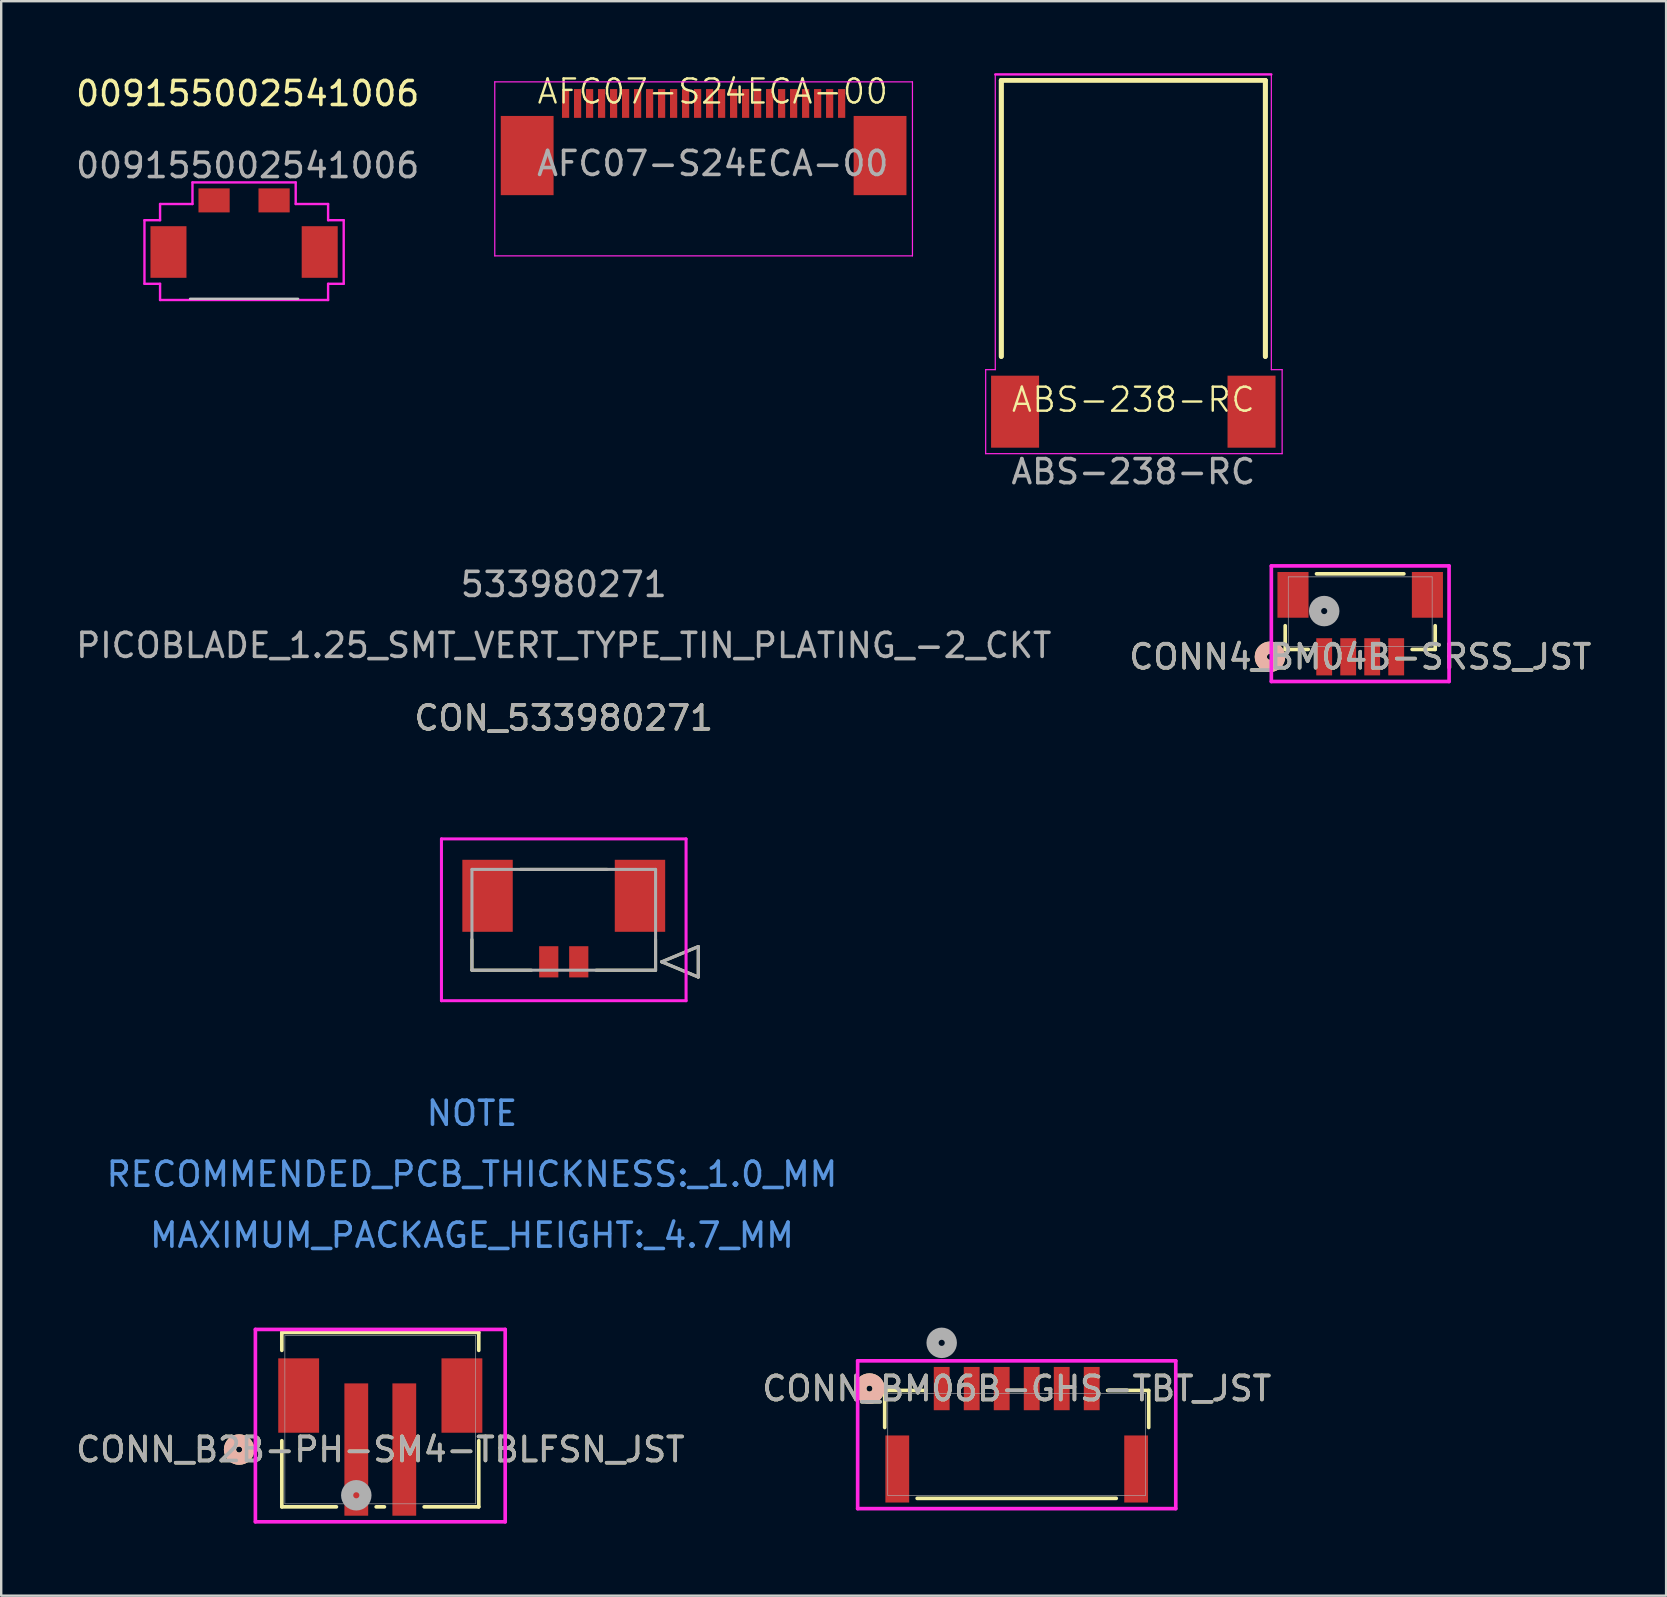
<source format=kicad_pcb>
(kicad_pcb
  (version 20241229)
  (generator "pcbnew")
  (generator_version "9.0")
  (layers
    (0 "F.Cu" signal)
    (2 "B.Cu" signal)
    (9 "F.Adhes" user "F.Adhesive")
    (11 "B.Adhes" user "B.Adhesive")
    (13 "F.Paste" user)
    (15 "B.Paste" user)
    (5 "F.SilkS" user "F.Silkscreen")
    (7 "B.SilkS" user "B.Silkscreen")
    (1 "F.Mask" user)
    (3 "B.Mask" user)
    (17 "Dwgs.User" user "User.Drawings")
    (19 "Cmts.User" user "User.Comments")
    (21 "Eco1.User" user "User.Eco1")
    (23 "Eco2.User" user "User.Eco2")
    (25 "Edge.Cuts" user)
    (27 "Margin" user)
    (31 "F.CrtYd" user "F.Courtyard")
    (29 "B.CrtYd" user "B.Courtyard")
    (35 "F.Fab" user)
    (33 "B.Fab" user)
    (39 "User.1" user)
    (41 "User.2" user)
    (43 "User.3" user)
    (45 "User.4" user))
  (footprint "CONN4_BM04B-SRSS_JST"
    (layer "F.Cu")
    (at 53.613 22.429)
    (property "Reference" "CONN4_BM04B-SRSS_JST" (at 0 1.882 0) (unlocked yes) (layer "F.SilkS") (effects (font (size 1 1) (thickness 0.15))))
    (attr smd)
    (fp_line (start -3.124 0.587) (end -3.124 1.575) (stroke (width 0.152) (type solid)) (layer "F.SilkS"))
    (fp_line (start -3.124 1.575) (end -2.163 1.575) (stroke (width 0.152) (type solid)) (layer "F.SilkS"))
    (fp_line (start 1.82 -1.575) (end -1.82 -1.575) (stroke (width 0.152) (type solid)) (layer "F.SilkS"))
    (fp_line (start 2.163 1.575) (end 3.124 1.575) (stroke (width 0.152) (type solid)) (layer "F.SilkS"))
    (fp_line (start 3.124 1.575) (end 3.124 0.587) (stroke (width 0.152) (type solid)) (layer "F.SilkS"))
    (fp_circle (center -3.759 1.882) (end -3.378 1.882) (stroke (width 0.508) (type solid)) (fill no) (layer "F.SilkS"))
    (fp_circle (center -3.759 1.882) (end -3.378 1.882) (stroke (width 0.508) (type solid)) (fill no) (layer "B.SilkS"))
    (fp_line (start -3.702 -1.904) (end -3.702 2.911) (stroke (width 0.152) (type solid)) (layer "F.CrtYd"))
    (fp_line (start -3.702 2.911) (end 3.702 2.911) (stroke (width 0.152) (type solid)) (layer "F.CrtYd"))
    (fp_line (start 3.702 -1.904) (end -3.702 -1.904) (stroke (width 0.152) (type solid)) (layer "F.CrtYd"))
    (fp_line (start 3.702 2.911) (end 3.702 -1.904) (stroke (width 0.152) (type solid)) (layer "F.CrtYd"))
    (fp_line (start -2.997 -1.448) (end -2.997 1.448) (stroke (width 0.025) (type solid)) (layer "F.Fab"))
    (fp_line (start -2.997 1.448) (end 2.997 1.448) (stroke (width 0.025) (type solid)) (layer "F.Fab"))
    (fp_line (start 2.997 -1.448) (end -2.997 -1.448) (stroke (width 0.025) (type solid)) (layer "F.Fab"))
    (fp_line (start 2.997 1.448) (end 2.997 -1.448) (stroke (width 0.025) (type solid)) (layer "F.Fab"))
    (fp_circle (center -1.5 -0.023) (end -1.119 -0.023) (stroke (width 0.508) (type solid)) (fill no) (layer "F.Fab"))
    (fp_text user "${REFERENCE}" (at 0 1.882 0) (unlocked yes) (layer "F.Fab") (effects (font (size 1 1) (thickness 0.15))))
    (pad "1" smd rect (at -1.5 1.882) (size 0.66 1.549) (layers "F.Cu" "F.Mask" "F.Paste"))
    (pad "2" smd rect (at -0.5 1.882) (size 0.66 1.549) (layers "F.Cu" "F.Mask" "F.Paste"))
    (pad "3" smd rect (at 0.5 1.882) (size 0.66 1.549) (layers "F.Cu" "F.Mask" "F.Paste"))
    (pad "4" smd rect (at 1.5 1.882) (size 0.66 1.549) (layers "F.Cu" "F.Mask" "F.Paste"))
    (pad "5" smd rect (at -2.8 -0.698) (size 1.295 1.905) (layers "F.Cu" "F.Mask" "F.Paste"))
    (pad "6" smd rect (at 2.8 -0.698) (size 1.295 1.905) (layers "F.Cu" "F.Mask" "F.Paste")))
  (footprint "CONN_BM06B-GHS-TBT_JST"
    (layer "F.Cu")
    (at 39.304 57.121)
    (property "Reference" "CONN_BM06B-GHS-TBT_JST" (at 0 -2.326 0) (unlocked yes) (layer "F.SilkS") (effects (font (size 1 1) (thickness 0.15))))
    (attr smd)
    (fp_line (start -5.499 -2.248) (end -5.499 -0.705) (stroke (width 0.152) (type solid)) (layer "F.SilkS"))
    (fp_line (start -4.147 2.248) (end 4.147 2.248) (stroke (width 0.152) (type solid)) (layer "F.SilkS"))
    (fp_line (start -3.788 -2.248) (end -5.499 -2.248) (stroke (width 0.152) (type solid)) (layer "F.SilkS"))
    (fp_line (start 5.499 -2.248) (end 3.788 -2.248) (stroke (width 0.152) (type solid)) (layer "F.SilkS"))
    (fp_line (start 5.499 -0.705) (end 5.499 -2.248) (stroke (width 0.152) (type solid)) (layer "F.SilkS"))
    (fp_circle (center -6.134 -2.326) (end -5.753 -2.326) (stroke (width 0.508) (type solid)) (fill no) (layer "F.SilkS"))
    (fp_circle (center -6.134 -2.326) (end -5.753 -2.326) (stroke (width 0.508) (type solid)) (fill no) (layer "B.SilkS"))
    (fp_line (start -6.626 -3.482) (end -6.626 2.675) (stroke (width 0.152) (type solid)) (layer "F.CrtYd"))
    (fp_line (start -6.626 2.675) (end 6.626 2.675) (stroke (width 0.152) (type solid)) (layer "F.CrtYd"))
    (fp_line (start 6.626 -3.482) (end -6.626 -3.482) (stroke (width 0.152) (type solid)) (layer "F.CrtYd"))
    (fp_line (start 6.626 2.675) (end 6.626 -3.482) (stroke (width 0.152) (type solid)) (layer "F.CrtYd"))
    (fp_line (start -5.372 -2.121) (end -5.372 2.121) (stroke (width 0.025) (type solid)) (layer "F.Fab"))
    (fp_line (start -5.372 2.121) (end 5.372 2.121) (stroke (width 0.025) (type solid)) (layer "F.Fab"))
    (fp_line (start 5.372 -2.121) (end -5.372 -2.121) (stroke (width 0.025) (type solid)) (layer "F.Fab"))
    (fp_line (start 5.372 2.121) (end 5.372 -2.121) (stroke (width 0.025) (type solid)) (layer "F.Fab"))
    (fp_circle (center -3.125 -4.231) (end -2.744 -4.231) (stroke (width 0.508) (type solid)) (fill no) (layer "F.Fab"))
    (fp_text user "${REFERENCE}" (at 0 -2.326 0) (unlocked yes) (layer "F.Fab") (effects (font (size 1 1) (thickness 0.15))))
    (pad "1" smd rect (at 3.125 -2.326) (size 0.66 1.803) (layers "F.Cu" "F.Mask" "F.Paste"))
    (pad "2" smd rect (at 1.875 -2.326) (size 0.66 1.803) (layers "F.Cu" "F.Mask" "F.Paste"))
    (pad "3" smd rect (at 0.625 -2.326) (size 0.66 1.803) (layers "F.Cu" "F.Mask" "F.Paste"))
    (pad "4" smd rect (at -0.625 -2.326) (size 0.66 1.803) (layers "F.Cu" "F.Mask" "F.Paste"))
    (pad "5" smd rect (at -1.875 -2.326) (size 0.66 1.803) (layers "F.Cu" "F.Mask" "F.Paste"))
    (pad "6" smd rect (at -3.125 -2.326) (size 0.66 1.803) (layers "F.Cu" "F.Mask" "F.Paste"))
    (pad "7" smd rect (at -4.975 1.024 90) (size 2.794 0.991) (layers "F.Cu" "F.Mask" "F.Paste"))
    (pad "8" smd rect (at 4.975 1.024 90) (size 2.794 0.991) (layers "F.Cu" "F.Mask" "F.Paste")))
  (footprint "009155002541006"
    (layer "F.Cu")
    (at 7.118 7.448)
    (property "Reference" "009155002541006" (at 0.15 -6.6 0) (unlocked yes) (layer "F.SilkS") (effects (font (size 1 1) (thickness 0.15))))
    (attr smd)
    (fp_line (start -2.25 1.95) (end 2.25 1.95) (stroke (width 0.1) (type default)) (layer "Dwgs.User"))
    (fp_line (start -4.15 1.325) (end -4.15 -1.325) (stroke (width 0.1) (type default)) (layer "F.CrtYd"))
    (fp_line (start -3.5 -2) (end -2.15 -2) (stroke (width 0.1) (type default)) (layer "F.CrtYd"))
    (fp_line (start -3.5 -1.325) (end -4.15 -1.325) (stroke (width 0.1) (type default)) (layer "F.CrtYd"))
    (fp_line (start -3.5 -1.325) (end -3.5 -2) (stroke (width 0.1) (type default)) (layer "F.CrtYd"))
    (fp_line (start -3.5 1.325) (end -4.15 1.325) (stroke (width 0.1) (type default)) (layer "F.CrtYd"))
    (fp_line (start -3.5 2) (end -3.5 1.325) (stroke (width 0.1) (type default)) (layer "F.CrtYd"))
    (fp_line (start -3.5 2) (end 3.5 2) (stroke (width 0.1) (type default)) (layer "F.CrtYd"))
    (fp_line (start -2.15 -2.9) (end 2.15 -2.9) (stroke (width 0.1) (type default)) (layer "F.CrtYd"))
    (fp_line (start -2.15 -2) (end -2.15 -2.9) (stroke (width 0.1) (type default)) (layer "F.CrtYd"))
    (fp_line (start 2.15 -2) (end 2.15 -2.9) (stroke (width 0.1) (type default)) (layer "F.CrtYd"))
    (fp_line (start 2.15 -2) (end 3.5 -2) (stroke (width 0.1) (type default)) (layer "F.CrtYd"))
    (fp_line (start 3.5 -2) (end 3.5 -1.325) (stroke (width 0.1) (type default)) (layer "F.CrtYd"))
    (fp_line (start 3.5 -1.325) (end 4.15 -1.325) (stroke (width 0.1) (type default)) (layer "F.CrtYd"))
    (fp_line (start 3.5 1.325) (end 3.5 2) (stroke (width 0.1) (type default)) (layer "F.CrtYd"))
    (fp_line (start 3.5 1.325) (end 4.15 1.325) (stroke (width 0.1) (type default)) (layer "F.CrtYd"))
    (fp_line (start 4.15 -1.325) (end 4.15 1.325) (stroke (width 0.1) (type default)) (layer "F.CrtYd"))
    (fp_text user "${REFERENCE}" (at 0.15 -3.6 0) (unlocked yes) (layer "F.Fab") (effects (font (size 1 1) (thickness 0.15))))
    (pad "1" smd rect (at -1.25 -2.15) (size 1.3 1) (layers "F.Cu" "F.Mask" "F.Paste"))
    (pad "2" smd rect (at 1.25 -2.15) (size 1.3 1) (layers "F.Cu" "F.Mask" "F.Paste"))
    (pad "3" smd rect (at -3.15 0) (size 1.5 2.15) (layers "F.Cu" "F.Mask" "F.Paste"))
    (pad "4" smd rect (at 3.15 0) (size 1.5 2.15) (layers "F.Cu" "F.Mask" "F.Paste"))
    (zone (net_name "") (layers "F.Cu" "Dwgs.User") (name "Connector_copper_free") (hatch edge 0.5) (connect_pads) (min_thickness 0.25) (filled_areas_thickness no) (keepout (tracks not_allowed) (vias not_allowed) (pads not_allowed) (copperpour not_allowed) (footprints allowed)) (placement (enabled no)) (fill) (polygon (pts (xy 4.868 5.948) (xy 4.868 9.398) (xy 9.368 9.398) (xy 9.368 5.948)))))
  (footprint "CON_533980271"
    (layer "F.Cu")
    (at 21.06 37.017)
    (property "Reference" "CON_533980271" (at -0.625 -10.16 0) (unlocked yes) (layer "F.SilkS") (effects (font (size 1 1) (thickness 0.15))))
    (attr smd)
    (fp_line (start -4.45 -0.93) (end -4.45 0.35) (stroke (width 0.127) (type solid)) (layer "F.SilkS"))
    (fp_line (start -4.45 0.35) (end -1.97 0.35) (stroke (width 0.127) (type solid)) (layer "F.SilkS"))
    (fp_line (start 0.72 0.35) (end 3.2 0.35) (stroke (width 0.127) (type solid)) (layer "F.SilkS"))
    (fp_line (start 1.18 -3.85) (end -2.43 -3.85) (stroke (width 0.127) (type solid)) (layer "F.SilkS"))
    (fp_line (start 3.2 0.35) (end 3.2 -0.93) (stroke (width 0.127) (type solid)) (layer "F.SilkS"))
    (fp_line (start 3.454 0) (end 4.978 -0.635) (stroke (width 0.127) (type solid)) (layer "F.SilkS"))
    (fp_line (start 4.978 -0.635) (end 4.978 0.635) (stroke (width 0.127) (type solid)) (layer "F.SilkS"))
    (fp_line (start 4.978 0.635) (end 3.454 0) (stroke (width 0.127) (type solid)) (layer "F.SilkS"))
    (fp_line (start -5.72 -5.12) (end -5.72 1.62) (stroke (width 0.127) (type solid)) (layer "F.CrtYd"))
    (fp_line (start -5.72 1.62) (end 4.47 1.62) (stroke (width 0.127) (type solid)) (layer "F.CrtYd"))
    (fp_line (start 4.47 -5.12) (end -5.72 -5.12) (stroke (width 0.127) (type solid)) (layer "F.CrtYd"))
    (fp_line (start 4.47 1.62) (end 4.47 -5.12) (stroke (width 0.127) (type solid)) (layer "F.CrtYd"))
    (fp_line (start -4.45 -3.85) (end -4.45 0.35) (stroke (width 0.127) (type solid)) (layer "F.Fab"))
    (fp_line (start -4.45 0.35) (end 3.2 0.35) (stroke (width 0.127) (type solid)) (layer "F.Fab"))
    (fp_line (start 3.2 -3.85) (end -4.45 -3.85) (stroke (width 0.127) (type solid)) (layer "F.Fab"))
    (fp_line (start 3.2 0.35) (end 3.2 -3.85) (stroke (width 0.127) (type solid)) (layer "F.Fab"))
    (fp_line (start 3.454 0) (end 4.978 -0.635) (stroke (width 0.127) (type solid)) (layer "F.Fab"))
    (fp_line (start 4.978 -0.635) (end 4.978 0.635) (stroke (width 0.127) (type solid)) (layer "F.Fab"))
    (fp_line (start 4.978 0.635) (end 3.454 0) (stroke (width 0.127) (type solid)) (layer "F.Fab"))
    (fp_text user "NOTE" (at -4.45 6.31 0) (unlocked yes) (layer "Cmts.User") (effects (font (size 1 1) (thickness 0.15))))
    (fp_text user "RECOMMENDED_PCB_THICKNESS:_1.0_MM" (at -4.45 8.85 0) (unlocked yes) (layer "Cmts.User") (effects (font (size 1 1) (thickness 0.15))))
    (fp_text user "MAXIMUM_PACKAGE_HEIGHT:_4.7_MM" (at -4.45 11.39 0) (unlocked yes) (layer "Cmts.User") (effects (font (size 1 1) (thickness 0.15))))
    (fp_text user "${REFERENCE}" (at -0.625 -10.16 0) (unlocked yes) (layer "F.Fab") (effects (font (size 1 1) (thickness 0.15))))
    (fp_text user "533980271" (at -0.625 -15.72 0) (unlocked yes) (layer "F.Fab") (effects (font (size 1 1) (thickness 0.15))))
    (fp_text user "PICOBLADE_1.25_SMT_VERT_TYPE_TIN_PLATING_-2_CKT" (at -0.625 -13.18 0) (unlocked yes) (layer "F.Fab") (effects (font (size 1 1) (thickness 0.15))))
    (pad "1" smd rect (at 0 0) (size 0.8 1.3) (layers "F.Cu" "F.Mask" "F.Paste"))
    (pad "2" smd rect (at -1.25 0) (size 0.8 1.3) (layers "F.Cu" "F.Mask" "F.Paste"))
    (pad "MP" smd rect (at -3.8 -2.75) (size 2.1 3) (layers "F.Cu" "F.Mask" "F.Paste"))
    (pad "MP" smd rect (at 2.55 -2.75) (size 2.1 3) (layers "F.Cu" "F.Mask" "F.Paste")))
  (footprint "CONN_B2B-PH-SM4-TBLFSN_JST"
    (layer "F.Cu")
    (at 12.792 56.09)
    (property "Reference" "CONN_B2B-PH-SM4-TBLFSN_JST" (at 0 1.245 0) (unlocked yes) (layer "F.SilkS") (effects (font (size 1 1) (thickness 0.15))))
    (attr smd)
    (fp_line (start -4.102 -3.632) (end -4.102 -2.887) (stroke (width 0.152) (type solid)) (layer "F.SilkS"))
    (fp_line (start -4.102 0.877) (end -4.102 3.632) (stroke (width 0.152) (type solid)) (layer "F.SilkS"))
    (fp_line (start -4.102 3.632) (end -1.828 3.632) (stroke (width 0.152) (type solid)) (layer "F.SilkS"))
    (fp_line (start -0.172 3.632) (end 0.172 3.632) (stroke (width 0.152) (type solid)) (layer "F.SilkS"))
    (fp_line (start 1.828 3.632) (end 4.102 3.632) (stroke (width 0.152) (type solid)) (layer "F.SilkS"))
    (fp_line (start 4.102 -3.632) (end -4.102 -3.632) (stroke (width 0.152) (type solid)) (layer "F.SilkS"))
    (fp_line (start 4.102 -2.887) (end 4.102 -3.632) (stroke (width 0.152) (type solid)) (layer "F.SilkS"))
    (fp_line (start 4.102 3.632) (end 4.102 0.877) (stroke (width 0.152) (type solid)) (layer "F.SilkS"))
    (fp_circle (center -5.88 1.245) (end -5.499 1.245) (stroke (width 0.508) (type solid)) (fill no) (layer "F.SilkS"))
    (fp_circle (center -5.88 1.245) (end -5.499 1.245) (stroke (width 0.508) (type solid)) (fill no) (layer "B.SilkS"))
    (fp_line (start -5.203 -3.759) (end -5.203 4.255) (stroke (width 0.152) (type solid)) (layer "F.CrtYd"))
    (fp_line (start -5.203 4.255) (end 5.203 4.255) (stroke (width 0.152) (type solid)) (layer "F.CrtYd"))
    (fp_line (start 5.203 -3.759) (end -5.203 -3.759) (stroke (width 0.152) (type solid)) (layer "F.CrtYd"))
    (fp_line (start 5.203 4.255) (end 5.203 -3.759) (stroke (width 0.152) (type solid)) (layer "F.CrtYd"))
    (fp_line (start -3.975 -3.505) (end -3.975 3.505) (stroke (width 0.025) (type solid)) (layer "F.Fab"))
    (fp_line (start -3.975 3.505) (end 3.975 3.505) (stroke (width 0.025) (type solid)) (layer "F.Fab"))
    (fp_line (start 3.975 -3.505) (end -3.975 -3.505) (stroke (width 0.025) (type solid)) (layer "F.Fab"))
    (fp_line (start 3.975 3.505) (end 3.975 -3.505) (stroke (width 0.025) (type solid)) (layer "F.Fab"))
    (fp_circle (center -1 3.15) (end -0.619 3.15) (stroke (width 0.508) (type solid)) (fill no) (layer "F.Fab"))
    (fp_text user "${REFERENCE}" (at 0 1.245 0) (unlocked yes) (layer "F.Fab") (effects (font (size 1 1) (thickness 0.15))))
    (pad "1" smd rect (at -1 1.245) (size 0.991 5.512) (layers "F.Cu" "F.Mask" "F.Paste"))
    (pad "2" smd rect (at 1 1.245) (size 0.991 5.512) (layers "F.Cu" "F.Mask" "F.Paste"))
    (pad "3" smd rect (at -3.4 -1.005 90) (size 3.099 1.702) (layers "F.Cu" "F.Mask" "F.Paste"))
    (pad "4" smd rect (at 3.4 -1.005 90) (size 3.099 1.702) (layers "F.Cu" "F.Mask" "F.Paste")))
  (footprint "ABS-238-RC"
    (layer "F.Cu")
    (at 44.161 14.1)
    (property "Reference" "ABS-238-RC" (at 0 -0.5 0) (unlocked yes) (layer "F.SilkS") (effects (font (size 1 1) (thickness 0.1))))
    (attr smd)
    (fp_line (start -5.5 -13.8) (end -5.5 -2.3) (stroke (width 0.2) (type default)) (layer "F.SilkS"))
    (fp_line (start -5.5 -13.8) (end -5.5 -2.3) (stroke (width 0.2) (type default)) (layer "F.SilkS"))
    (fp_line (start -5.5 -13.8) (end 5.5 -13.8) (stroke (width 0.2) (type default)) (layer "F.SilkS"))
    (fp_line (start 5.5 -13.8) (end 5.5 -2.3) (stroke (width 0.2) (type default)) (layer "F.SilkS"))
    (fp_line (start 5.5 -13.8) (end 5.5 -2.3) (stroke (width 0.2) (type default)) (layer "F.SilkS"))
    (fp_line (start -6.15 -1.75) (end -5.75 -1.75) (stroke (width 0.05) (type default)) (layer "F.CrtYd"))
    (fp_line (start -6.15 1.75) (end -6.15 -1.75) (stroke (width 0.05) (type default)) (layer "F.CrtYd"))
    (fp_line (start -5.75 -14.05) (end -5.75 -1.75) (stroke (width 0.05) (type default)) (layer "F.CrtYd"))
    (fp_line (start -5.75 -14.05) (end 5.75 -14.05) (stroke (width 0.1) (type default)) (layer "F.CrtYd"))
    (fp_line (start 5.75 -14.05) (end 5.75 -1.75) (stroke (width 0.05) (type default)) (layer "F.CrtYd"))
    (fp_line (start 6.2 -1.75) (end 5.75 -1.75) (stroke (width 0.05) (type default)) (layer "F.CrtYd"))
    (fp_line (start 6.2 1.75) (end -6.15 1.75) (stroke (width 0.05) (type default)) (layer "F.CrtYd"))
    (fp_line (start 6.2 1.75) (end 6.2 -1.75) (stroke (width 0.05) (type default)) (layer "F.CrtYd"))
    (fp_text user "${REFERENCE}" (at 0 2.5 0) (unlocked yes) (layer "F.Fab") (effects (font (size 1 1) (thickness 0.15))))
    (pad "1" smd rect (at -4.925 0 90) (size 3 2) (layers "F.Cu" "F.Mask" "F.Paste"))
    (pad "2" smd rect (at 4.925 0 90) (size 3 2) (layers "F.Cu" "F.Mask" "F.Paste")))
  (footprint " AFC07-S24ECA-00"
    (layer "F.Cu")
    (at 26.261 1.26)
    (property "Reference" " AFC07-S24ECA-00" (at 0 -0.5 0) (unlocked yes) (layer "F.SilkS") (effects (font (size 1 1) (thickness 0.1))))
    (attr smd)
    (fp_line (start -8.7 -0.9) (end -8.7 6.35) (stroke (width 0.05) (type default)) (layer "F.CrtYd"))
    (fp_line (start -8.7 -0.9) (end 8.7 -0.9) (stroke (width 0.05) (type default)) (layer "F.CrtYd"))
    (fp_line (start -8.7 6.35) (end 8.7 6.35) (stroke (width 0.05) (type default)) (layer "F.CrtYd"))
    (fp_line (start 8.7 -0.9) (end 8.7 6.35) (stroke (width 0.05) (type default)) (layer "F.CrtYd"))
    (fp_text user "${REFERENCE}" (at 0 2.5 0) (unlocked yes) (layer "F.Fab") (effects (font (size 1 1) (thickness 0.15))))
    (pad "0" smd rect (at -7.35 2.17) (size 2.2 3.3) (layers "F.Cu" "F.Mask" "F.Paste"))
    (pad "0" smd rect (at 7.35 2.17) (size 2.2 3.3) (layers "F.Cu" "F.Mask" "F.Paste"))
    (pad "1" smd rect (at -5.75 0) (size 0.3 1.2) (layers "F.Cu" "F.Mask" "F.Paste"))
    (pad "2" smd rect (at -5.25 0) (size 0.3 1.2) (layers "F.Cu" "F.Mask" "F.Paste"))
    (pad "3" smd rect (at -4.75 0) (size 0.3 1.2) (layers "F.Cu" "F.Mask" "F.Paste"))
    (pad "4" smd rect (at -4.25 0) (size 0.3 1.2) (layers "F.Cu" "F.Mask" "F.Paste"))
    (pad "5" smd rect (at -3.75 0) (size 0.3 1.2) (layers "F.Cu" "F.Mask" "F.Paste"))
    (pad "6" smd rect (at -3.25 0) (size 0.3 1.2) (layers "F.Cu" "F.Mask" "F.Paste"))
    (pad "7" smd rect (at -2.75 0) (size 0.3 1.2) (layers "F.Cu" "F.Mask" "F.Paste"))
    (pad "8" smd rect (at -2.25 0) (size 0.3 1.2) (layers "F.Cu" "F.Mask" "F.Paste"))
    (pad "9" smd rect (at -1.75 0) (size 0.3 1.2) (layers "F.Cu" "F.Mask" "F.Paste"))
    (pad "10" smd rect (at -1.25 0) (size 0.3 1.2) (layers "F.Cu" "F.Mask" "F.Paste"))
    (pad "11" smd rect (at -0.75 0) (size 0.3 1.2) (layers "F.Cu" "F.Mask" "F.Paste"))
    (pad "12" smd rect (at -0.25 0) (size 0.3 1.2) (layers "F.Cu" "F.Mask" "F.Paste"))
    (pad "13" smd rect (at 0.25 0) (size 0.3 1.2) (layers "F.Cu" "F.Mask" "F.Paste"))
    (pad "14" smd rect (at 0.75 0) (size 0.3 1.2) (layers "F.Cu" "F.Mask" "F.Paste"))
    (pad "15" smd rect (at 1.25 0) (size 0.3 1.2) (layers "F.Cu" "F.Mask" "F.Paste"))
    (pad "16" smd rect (at 1.75 0) (size 0.3 1.2) (layers "F.Cu" "F.Mask" "F.Paste"))
    (pad "17" smd rect (at 2.25 0) (size 0.3 1.2) (layers "F.Cu" "F.Mask" "F.Paste"))
    (pad "18" smd rect (at 2.75 0) (size 0.3 1.2) (layers "F.Cu" "F.Mask" "F.Paste"))
    (pad "19" smd rect (at 3.25 0) (size 0.3 1.2) (layers "F.Cu" "F.Mask" "F.Paste"))
    (pad "20" smd rect (at 3.75 0) (size 0.3 1.2) (layers "F.Cu" "F.Mask" "F.Paste"))
    (pad "21" smd rect (at 4.25 0) (size 0.3 1.2) (layers "F.Cu" "F.Mask" "F.Paste"))
    (pad "22" smd rect (at 4.75 0) (size 0.3 1.2) (layers "F.Cu" "F.Mask" "F.Paste"))
    (pad "23" smd rect (at 5.25 0) (size 0.3 1.2) (layers "F.Cu" "F.Mask" "F.Paste"))
    (pad "24" smd rect (at 5.75 0) (size 0.3 1.2) (layers "F.Cu" "F.Mask" "F.Paste")))
  (gr_rect
    (start -3 -3)
    (end 66.357 63.421)
    (stroke (width 0.1) (type default))
    (fill no)
    (layer "Edge.Cuts")))
</source>
